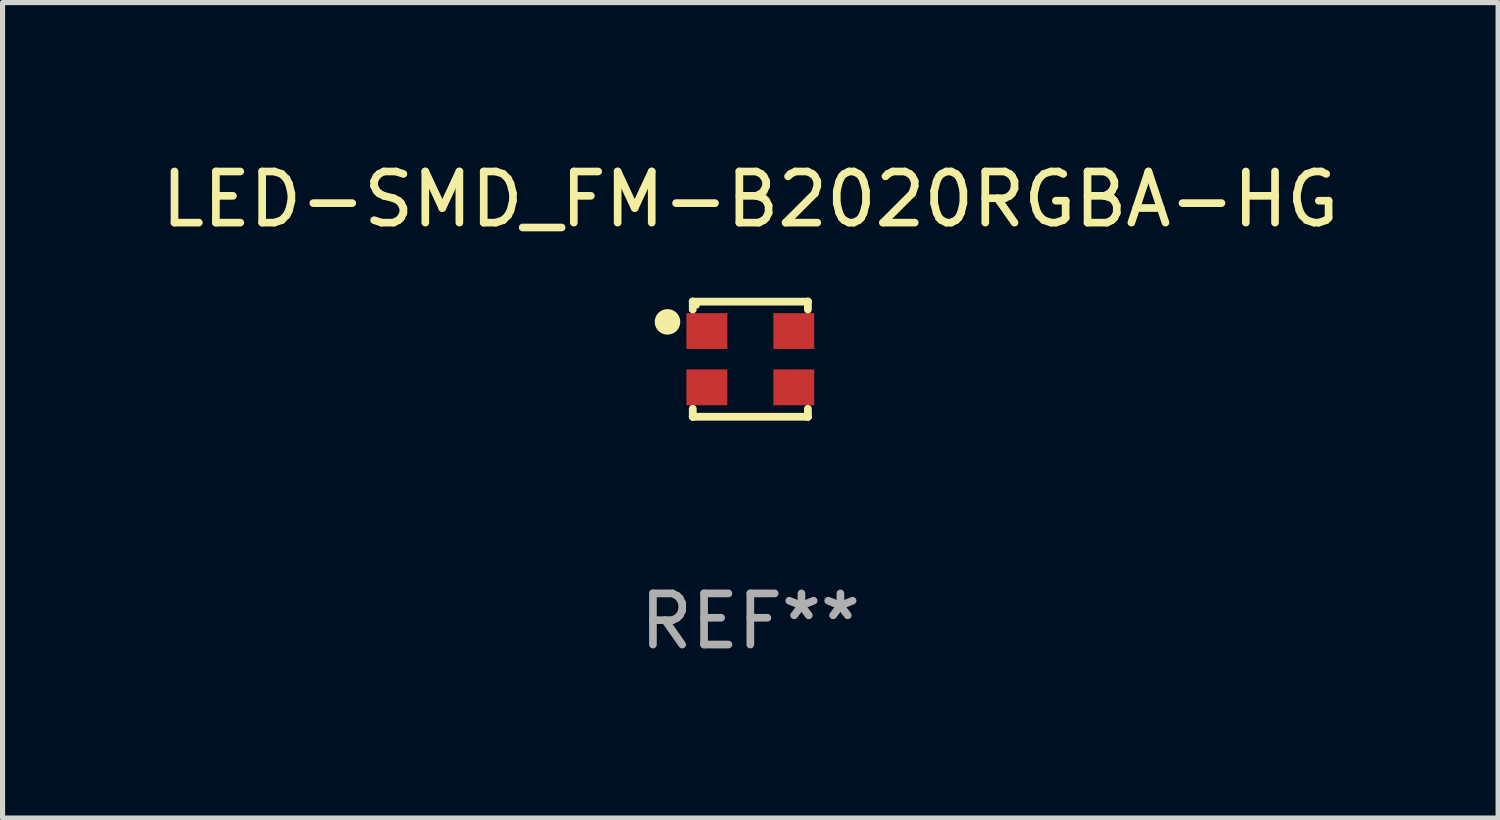
<source format=kicad_pcb>
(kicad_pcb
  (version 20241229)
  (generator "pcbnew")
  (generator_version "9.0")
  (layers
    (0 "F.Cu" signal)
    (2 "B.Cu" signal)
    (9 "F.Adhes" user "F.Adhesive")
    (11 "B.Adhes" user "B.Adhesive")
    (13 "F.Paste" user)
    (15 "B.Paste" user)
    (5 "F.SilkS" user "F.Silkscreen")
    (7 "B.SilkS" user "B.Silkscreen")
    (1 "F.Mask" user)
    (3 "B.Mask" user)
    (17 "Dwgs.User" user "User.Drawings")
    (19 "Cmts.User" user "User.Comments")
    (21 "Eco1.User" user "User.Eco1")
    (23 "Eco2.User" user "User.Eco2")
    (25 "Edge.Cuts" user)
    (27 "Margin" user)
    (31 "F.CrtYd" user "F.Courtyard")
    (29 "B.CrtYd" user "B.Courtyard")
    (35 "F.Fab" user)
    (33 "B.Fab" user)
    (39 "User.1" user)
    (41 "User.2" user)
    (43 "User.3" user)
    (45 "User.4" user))
  (footprint "LED-SMD_FM-B2020RGBA-HG"
    (layer "F.Cu")
    (at 11.625 3.975)
    (property "Reference" "LED-SMD_FM-B2020RGBA-HG" (at 0 -3.126 0) (layer "F.SilkS") (effects (font (size 1 1) (thickness 0.15))))
    (attr smd)
    (fp_line (start -1.126 -1.126) (end -1.126 -1.126) (stroke (width 0.152) (type solid)) (layer "F.SilkS"))
    (fp_line (start -1.126 -1.126) (end 1.126 -1.126) (stroke (width 0.152) (type solid)) (layer "F.SilkS"))
    (fp_line (start -1.126 -0.971) (end -1.126 -1.126) (stroke (width 0.152) (type solid)) (layer "F.SilkS"))
    (fp_line (start -1.126 0.97) (end -1.126 1.126) (stroke (width 0.152) (type solid)) (layer "F.SilkS"))
    (fp_line (start -1.126 1.126) (end -1.126 1.126) (stroke (width 0.152) (type solid)) (layer "F.SilkS"))
    (fp_line (start -1.126 1.126) (end 1.126 1.126) (stroke (width 0.152) (type solid)) (layer "F.SilkS"))
    (fp_line (start 1.126 -1.126) (end 1.126 -1.126) (stroke (width 0.152) (type solid)) (layer "F.SilkS"))
    (fp_line (start 1.126 -1.126) (end 1.126 -0.971) (stroke (width 0.152) (type solid)) (layer "F.SilkS"))
    (fp_line (start 1.126 1.126) (end 1.126 0.97) (stroke (width 0.152) (type solid)) (layer "F.SilkS"))
    (fp_line (start 1.126 1.126) (end 1.126 1.126) (stroke (width 0.152) (type solid)) (layer "F.SilkS"))
    (fp_circle (center -1.62 -0.73) (end -1.495 -0.73) (stroke (width 0.25) (type solid)) (fill no) (layer "F.SilkS"))
    (fp_circle (center -1.05 -1.05) (end -1.02 -1.05) (stroke (width 0.06) (type solid)) (fill no) (layer "F.SilkS"))
    (fp_text user "REF**" (at 0 5.126 0) (layer "F.Fab") (effects (font (size 1 1) (thickness 0.15))))
    (pad "1" smd rect (at -0.85 -0.55 270) (size 0.7 0.8) (layers "F.Cu" "F.Mask" "F.Paste"))
    (pad "2" smd rect (at 0.85 -0.55 270) (size 0.7 0.8) (layers "F.Cu" "F.Mask" "F.Paste"))
    (pad "3" smd rect (at 0.85 0.55 270) (size 0.7 0.8) (layers "F.Cu" "F.Mask" "F.Paste"))
    (pad "4" smd rect (at -0.85 0.55 270) (size 0.7 0.8) (layers "F.Cu" "F.Mask" "F.Paste")))
  (gr_rect
    (start -3 -3)
    (end 26.25 12.949)
    (stroke (width 0.1) (type default))
    (fill no)
    (layer "Edge.Cuts")))
</source>
